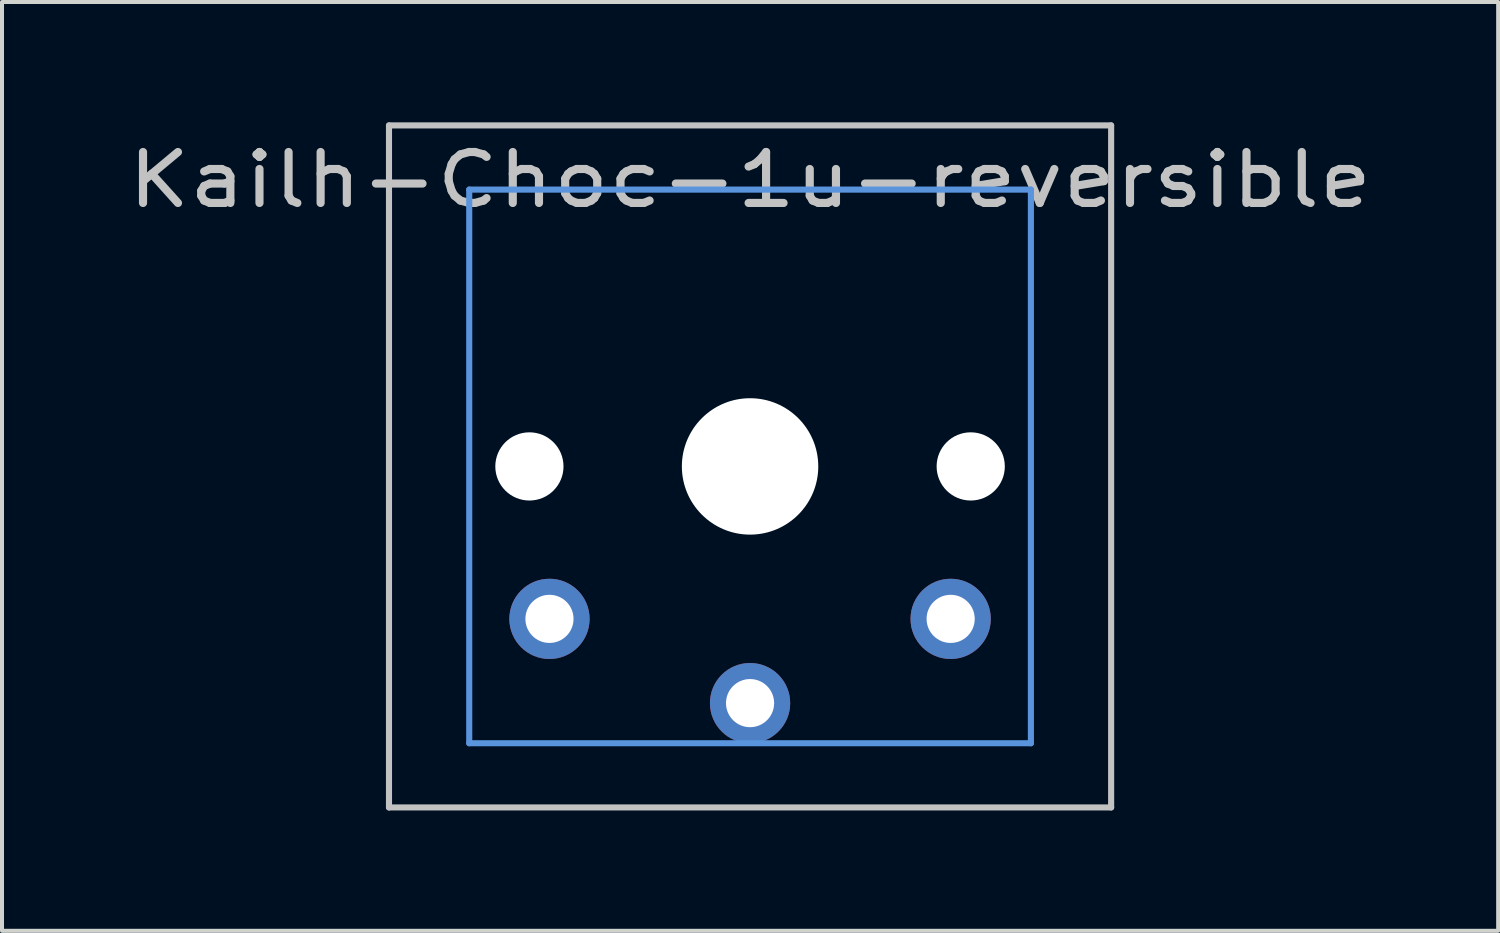
<source format=kicad_pcb>
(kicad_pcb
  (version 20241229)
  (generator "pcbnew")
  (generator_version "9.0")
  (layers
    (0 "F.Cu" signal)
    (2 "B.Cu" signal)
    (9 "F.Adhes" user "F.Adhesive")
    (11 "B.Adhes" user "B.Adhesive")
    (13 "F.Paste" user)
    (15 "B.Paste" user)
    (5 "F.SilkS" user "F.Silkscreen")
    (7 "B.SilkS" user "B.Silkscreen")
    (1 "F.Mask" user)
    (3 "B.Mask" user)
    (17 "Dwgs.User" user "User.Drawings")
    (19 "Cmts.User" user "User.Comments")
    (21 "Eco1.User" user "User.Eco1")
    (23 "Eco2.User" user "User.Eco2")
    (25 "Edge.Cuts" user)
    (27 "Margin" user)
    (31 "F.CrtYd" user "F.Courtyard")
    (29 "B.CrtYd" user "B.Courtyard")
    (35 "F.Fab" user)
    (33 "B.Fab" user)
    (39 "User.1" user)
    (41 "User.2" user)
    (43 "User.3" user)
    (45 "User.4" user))
  (footprint "Kailh-Choc-1u-reversible"
    (layer "F.Cu")
    (at 15.646 8.576)
    (property "Reference" "Kailh-Choc-1u-reversible" (at 0 -7.144 180) (layer "Dwgs.User") (effects (font (size 1.27 1.524) (thickness 0.203))))
    (attr through_hole)
    (fp_line (start -9 -8.5) (end 9 -8.5) (stroke (width 0.152) (type solid)) (layer "Dwgs.User"))
    (fp_line (start -9 8.5) (end -9 -8.5) (stroke (width 0.152) (type solid)) (layer "Dwgs.User"))
    (fp_line (start 9 -8.5) (end 9 8.5) (stroke (width 0.152) (type solid)) (layer "Dwgs.User"))
    (fp_line (start 9 8.5) (end -9 8.5) (stroke (width 0.152) (type solid)) (layer "Dwgs.User"))
    (fp_line (start -7 -6.9) (end 7 -6.9) (stroke (width 0.152) (type solid)) (layer "Cmts.User"))
    (fp_line (start -7 6.9) (end -7 -6.9) (stroke (width 0.152) (type solid)) (layer "Cmts.User"))
    (fp_line (start 7 -6.9) (end 7 6.9) (stroke (width 0.152) (type solid)) (layer "Cmts.User"))
    (fp_line (start 7 6.9) (end -7 6.9) (stroke (width 0.152) (type solid)) (layer "Cmts.User"))
    (fp_line (start -7.5 -7.5) (end 7.5 -7.5) (stroke (width 0.152) (type solid)) (layer "Eco2.User"))
    (fp_line (start -7.5 7.5) (end -7.5 -7.5) (stroke (width 0.152) (type solid)) (layer "Eco2.User"))
    (fp_line (start 7.5 -7.5) (end 7.5 7.5) (stroke (width 0.152) (type solid)) (layer "Eco2.User"))
    (fp_line (start 7.5 7.5) (end -7.5 7.5) (stroke (width 0.152) (type solid)) (layer "Eco2.User"))
    (pad "" np_thru_hole circle (at -5.5 0 180) (size 1.7 1.7) (drill 1.7) (layers "*.Cu" "*.Mask"))
    (pad "" np_thru_hole circle (at 0 0 180) (size 3.4 3.4) (drill 3.4) (layers "*.Cu" "*.Mask"))
    (pad "" np_thru_hole circle (at 5.5 0 180) (size 1.7 1.7) (drill 1.7) (layers "*.Cu" "*.Mask"))
    (pad "1" thru_hole circle (at 0 5.9 180) (size 2 2) (drill 1.2) (layers "*.Cu" "*.Mask"))
    (pad "2" thru_hole circle (at -5 3.8 41.9) (size 2 2) (drill 1.2) (layers "*.Cu" "B.Mask"))
    (pad "2" thru_hole circle (at 5 3.8 41.9) (size 2 2) (drill 1.2) (layers "*.Cu" "F.Mask")))
  (gr_rect
    (start -3 -3)
    (end 34.293 20.152)
    (stroke (width 0.1) (type default))
    (fill no)
    (layer "Edge.Cuts")))
</source>
